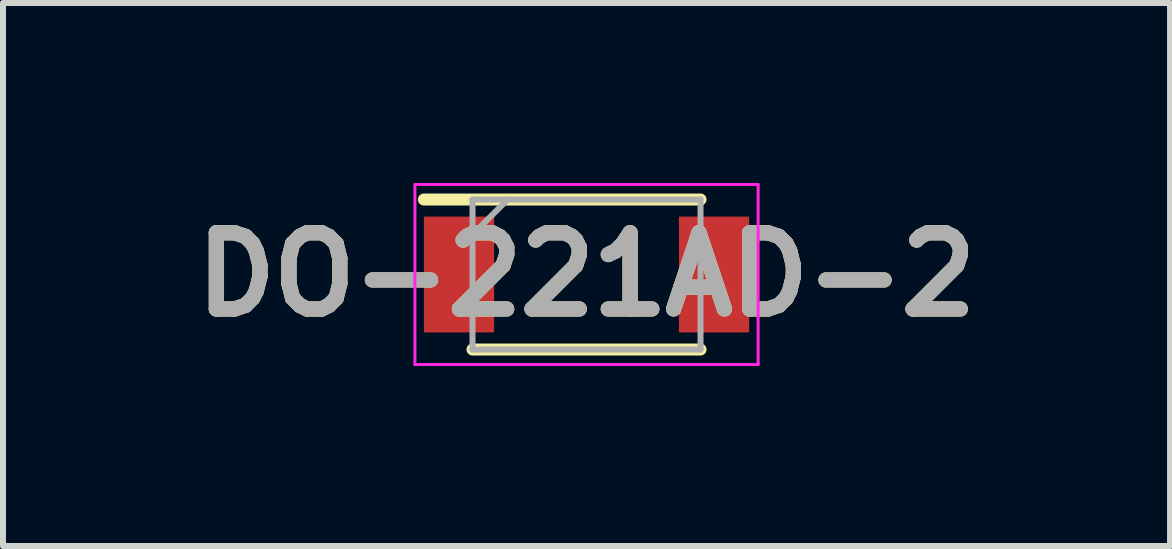
<source format=kicad_pcb>
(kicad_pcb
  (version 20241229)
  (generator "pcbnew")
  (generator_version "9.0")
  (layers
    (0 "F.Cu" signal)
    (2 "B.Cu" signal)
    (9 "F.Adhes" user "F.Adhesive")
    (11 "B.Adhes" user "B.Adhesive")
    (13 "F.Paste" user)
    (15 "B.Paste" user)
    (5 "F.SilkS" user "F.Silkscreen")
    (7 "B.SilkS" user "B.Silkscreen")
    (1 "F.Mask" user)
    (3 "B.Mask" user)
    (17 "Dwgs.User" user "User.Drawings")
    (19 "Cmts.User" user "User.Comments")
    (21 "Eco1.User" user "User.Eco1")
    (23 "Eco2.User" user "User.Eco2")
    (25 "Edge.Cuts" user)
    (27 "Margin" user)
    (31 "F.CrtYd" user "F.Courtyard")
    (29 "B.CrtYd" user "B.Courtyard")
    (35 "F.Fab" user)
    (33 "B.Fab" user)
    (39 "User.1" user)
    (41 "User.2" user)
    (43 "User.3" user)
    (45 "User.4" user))
  (footprint "DO-221AD-2"
    (layer "F.Cu")
    (at 6.725 1.525)
    (property "Reference" "DO-221AD-2" (at 0 0 0) (layer "F.SilkS") (effects (font (size 1.27 1.27) (thickness 0.254))))
    (attr smd)
    (fp_line (start -2.71 -1.25) (end 1.9 -1.25) (stroke (width 0.2) (type solid)) (layer "F.SilkS"))
    (fp_line (start -1.9 1.25) (end 1.9 1.25) (stroke (width 0.2) (type solid)) (layer "F.SilkS"))
    (fp_line (start -2.86 -1.5) (end 2.86 -1.5) (stroke (width 0.05) (type solid)) (layer "F.CrtYd"))
    (fp_line (start -2.86 1.5) (end -2.86 -1.5) (stroke (width 0.05) (type solid)) (layer "F.CrtYd"))
    (fp_line (start 2.86 -1.5) (end 2.86 1.5) (stroke (width 0.05) (type solid)) (layer "F.CrtYd"))
    (fp_line (start 2.86 1.5) (end -2.86 1.5) (stroke (width 0.05) (type solid)) (layer "F.CrtYd"))
    (fp_line (start -1.9 -1.25) (end 1.9 -1.25) (stroke (width 0.1) (type solid)) (layer "F.Fab"))
    (fp_line (start -1.9 -0.665) (end -1.315 -1.25) (stroke (width 0.1) (type solid)) (layer "F.Fab"))
    (fp_line (start -1.9 1.25) (end -1.9 -1.25) (stroke (width 0.1) (type solid)) (layer "F.Fab"))
    (fp_line (start 1.9 -1.25) (end 1.9 1.25) (stroke (width 0.1) (type solid)) (layer "F.Fab"))
    (fp_line (start 1.9 1.25) (end -1.9 1.25) (stroke (width 0.1) (type solid)) (layer "F.Fab"))
    (fp_text user "${REFERENCE}" (at 0 0 0) (layer "F.Fab") (effects (font (size 1.27 1.27) (thickness 0.254))))
    (pad "1" smd rect (at -2.125 0) (size 1.17 1.93) (layers "F.Cu" "F.Mask" "F.Paste"))
    (pad "2" smd rect (at 2.125 0) (size 1.17 1.93) (layers "F.Cu" "F.Mask" "F.Paste")))
  (gr_rect
    (start -3 -3)
    (end 16.45 6.05)
    (stroke (width 0.1) (type default))
    (fill no)
    (layer "Edge.Cuts")))
</source>
